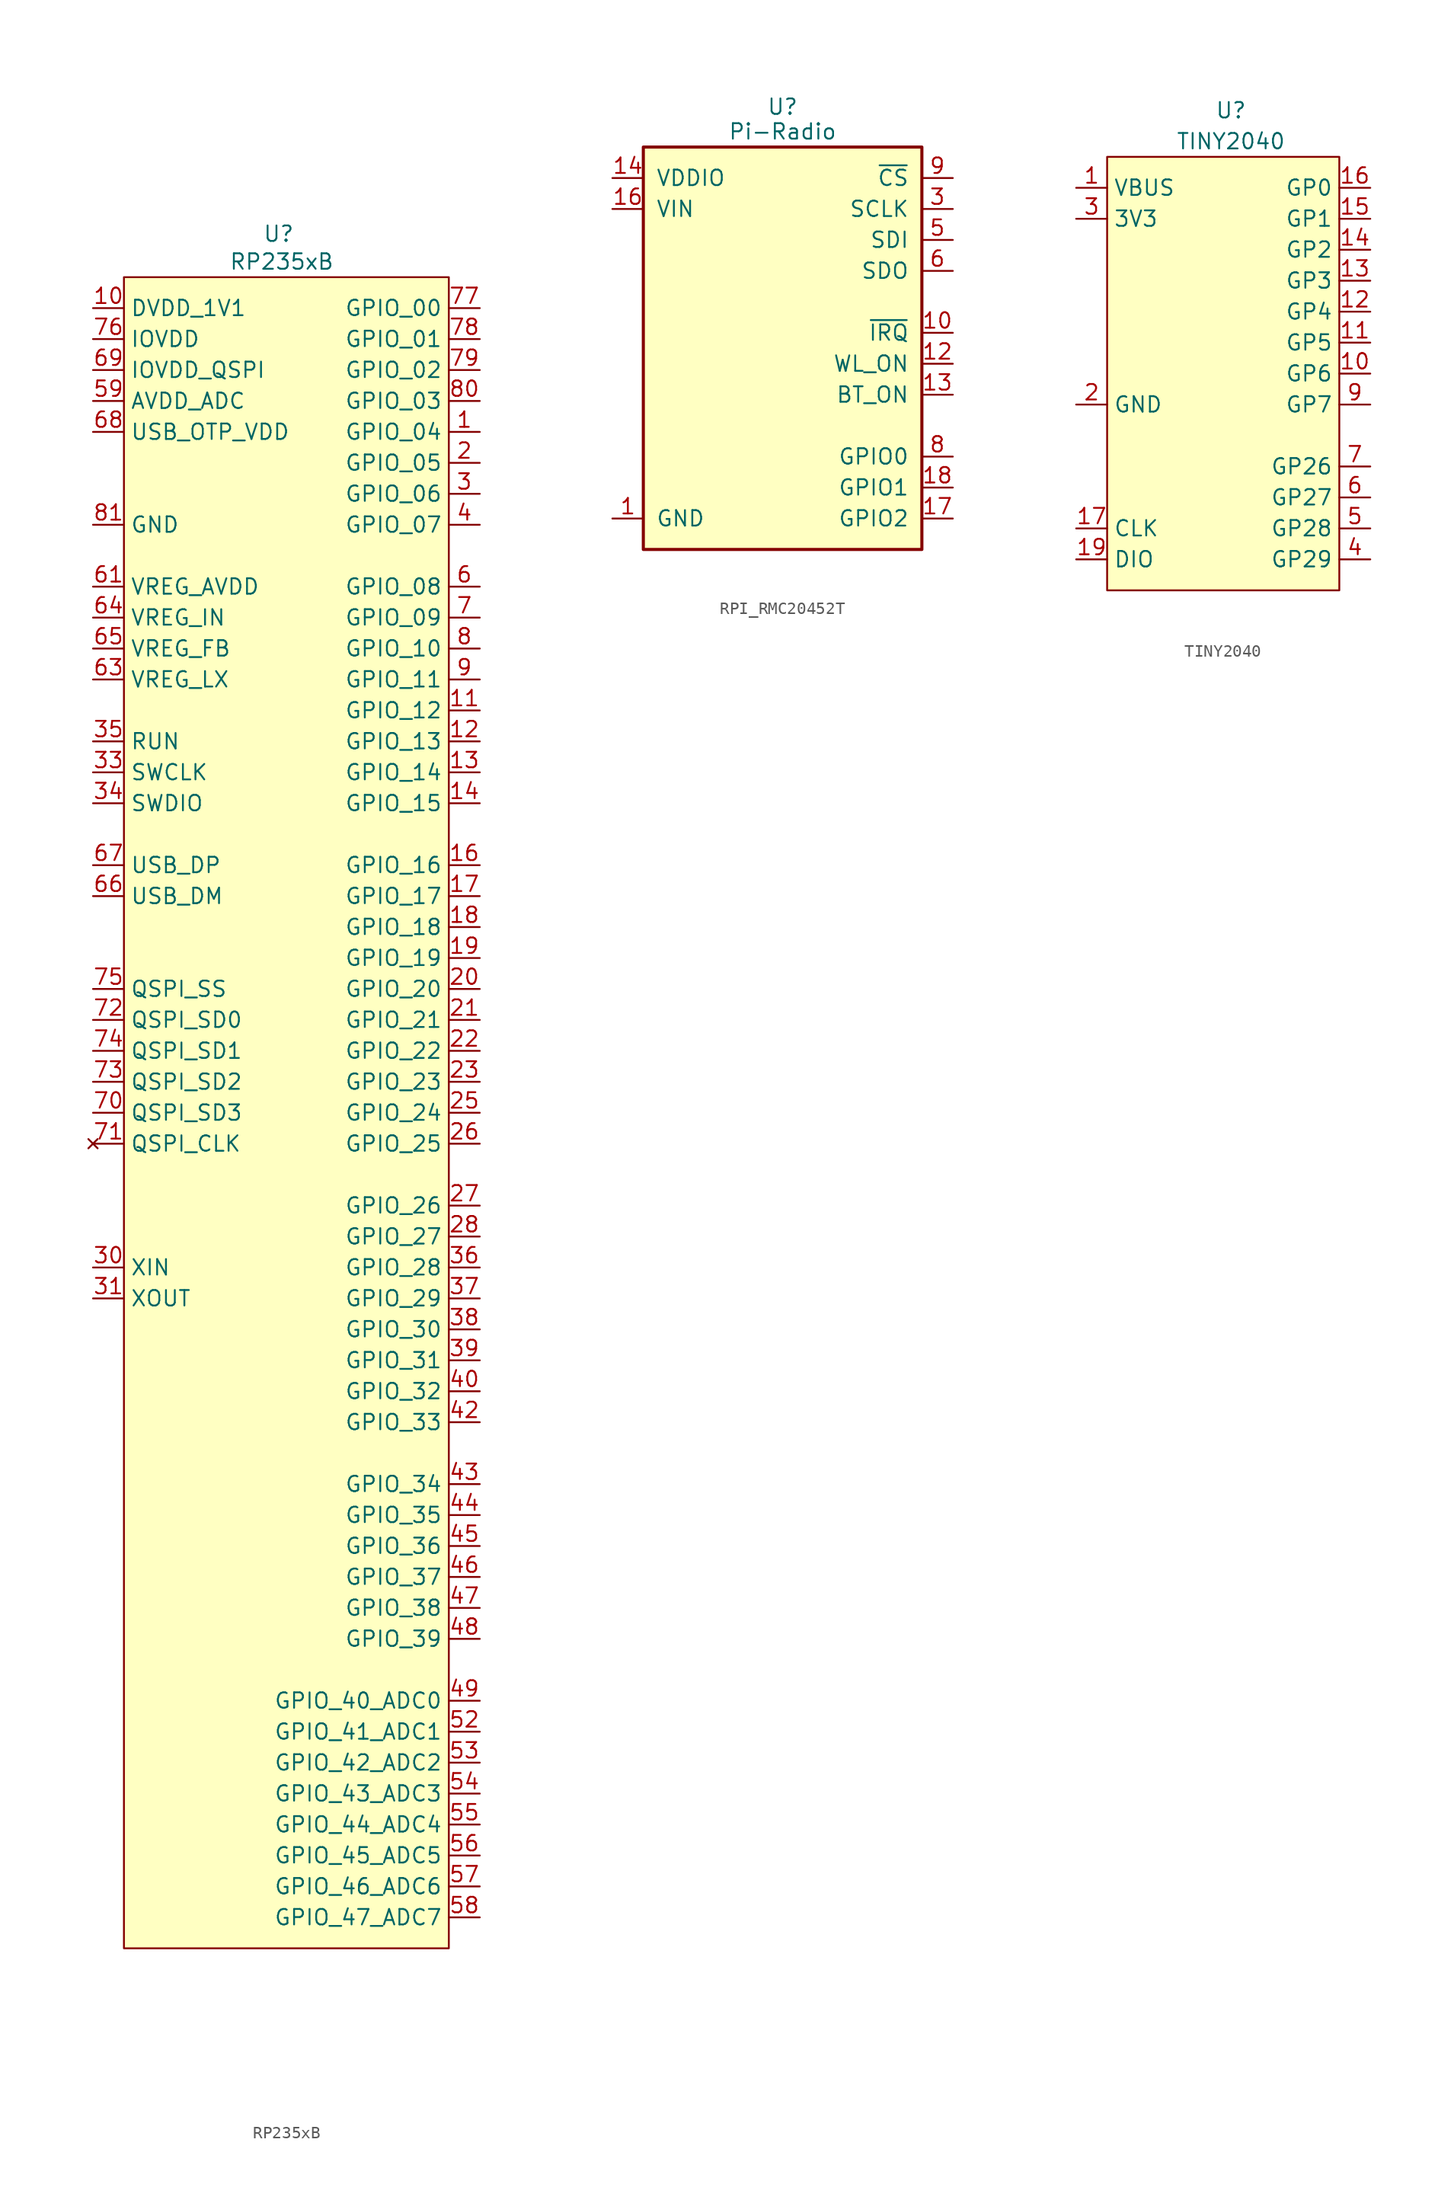
<source format=kicad_sym>
(kicad_symbol_lib
  (version 20241209)
  (generator "kicad_symbol_editor")
  (generator_version "9.0")
  (symbol "RP235xB"
    (property "Reference" "U"
      (at 0 3.556 0)
      (effects (font (size 1.27 1.27))))
    (property "Value" "RP235xB"
      (at 0.254 1.27 0)
      (effects (font (size 1.27 1.27))))
    (symbol "RP235xB_1_1"
      (rectangle (start -12.7 0) (end 13.97 -137.16) (stroke (width 0) (type default)) (fill (type background)))
      (pin input line (at -15.24 -2.54 0) (length 2.54) (name "DVDD_1V1" (effects (font (size 1.27 1.27)))) (number "10" (effects (font (size 1.27 1.27)))))
      (pin input line (at -15.24 -2.54 0) (length 2.54) (hide yes) (name "DVDD_1V1" (effects (font (size 1.27 1.27)))) (number "32" (effects (font (size 1.27 1.27)))))
      (pin input line (at -15.24 -2.54 0) (length 2.54) (hide yes) (name "DVDD_1V1" (effects (font (size 1.27 1.27)))) (number "51" (effects (font (size 1.27 1.27)))))
      (pin passive line (at -15.24 -5.08 0) (length 2.54) (hide yes) (name "IOVDD" (effects (font (size 1.27 1.27)))) (number "15" (effects (font (size 1.27 1.27)))))
      (pin passive line (at -15.24 -5.08 0) (length 2.54) (hide yes) (name "IOVDD" (effects (font (size 1.27 1.27)))) (number "24" (effects (font (size 1.27 1.27)))))
      (pin passive line (at -15.24 -5.08 0) (length 2.54) (hide yes) (name "IOVDD" (effects (font (size 1.27 1.27)))) (number "29" (effects (font (size 1.27 1.27)))))
      (pin passive line (at -15.24 -5.08 0) (length 2.54) (hide yes) (name "IOVDD" (effects (font (size 1.27 1.27)))) (number "41" (effects (font (size 1.27 1.27)))))
      (pin power_in line (at -15.24 -5.08 0) (length 2.54) (hide yes) (name "IOVDD" (effects (font (size 1.27 1.27)))) (number "5" (effects (font (size 1.27 1.27)))))
      (pin passive line (at -15.24 -5.08 0) (length 2.54) (hide yes) (name "IOVDD" (effects (font (size 1.27 1.27)))) (number "50" (effects (font (size 1.27 1.27)))))
      (pin passive line (at -15.24 -5.08 0) (length 2.54) (hide yes) (name "IOVDD" (effects (font (size 1.27 1.27)))) (number "60" (effects (font (size 1.27 1.27)))))
      (pin passive line (at -15.24 -5.08 0) (length 2.54) (name "IOVDD" (effects (font (size 1.27 1.27)))) (number "76" (effects (font (size 1.27 1.27)))))
      (pin power_in line (at -15.24 -7.62 0) (length 2.54) (name "IOVDD_QSPI" (effects (font (size 1.27 1.27)))) (number "69" (effects (font (size 1.27 1.27)))))
      (pin input line (at -15.24 -10.16 0) (length 2.54) (name "AVDD_ADC" (effects (font (size 1.27 1.27)))) (number "59" (effects (font (size 1.27 1.27)))))
      (pin input line (at -15.24 -12.7 0) (length 2.54) (name "USB_OTP_VDD" (effects (font (size 1.27 1.27)))) (number "68" (effects (font (size 1.27 1.27)))))
      (pin passive line (at -15.24 -20.32 0) (length 2.54) (hide yes) (name "GND" (effects (font (size 1.27 1.27)))) (number "62" (effects (font (size 1.27 1.27)))))
      (pin passive line (at -15.24 -20.32 0) (length 2.54) (name "GND" (effects (font (size 1.27 1.27)))) (number "81" (effects (font (size 1.27 1.27)))))
      (pin input line (at -15.24 -25.4 0) (length 2.54) (name "VREG_AVDD" (effects (font (size 1.27 1.27)))) (number "61" (effects (font (size 1.27 1.27)))))
      (pin input line (at -15.24 -27.94 0) (length 2.54) (name "VREG_IN" (effects (font (size 1.27 1.27)))) (number "64" (effects (font (size 1.27 1.27)))))
      (pin input line (at -15.24 -30.48 0) (length 2.54) (name "VREG_FB" (effects (font (size 1.27 1.27)))) (number "65" (effects (font (size 1.27 1.27)))))
      (pin input line (at -15.24 -33.02 0) (length 2.54) (name "VREG_LX" (effects (font (size 1.27 1.27)))) (number "63" (effects (font (size 1.27 1.27)))))
      (pin input line (at -15.24 -38.1 0) (length 2.54) (name "RUN" (effects (font (size 1.27 1.27)))) (number "35" (effects (font (size 1.27 1.27)))))
      (pin input line (at -15.24 -40.64 0) (length 2.54) (name "SWCLK" (effects (font (size 1.27 1.27)))) (number "33" (effects (font (size 1.27 1.27)))))
      (pin bidirectional line (at -15.24 -43.18 0) (length 2.54) (name "SWDIO" (effects (font (size 1.27 1.27)))) (number "34" (effects (font (size 1.27 1.27)))))
      (pin bidirectional line (at -15.24 -48.26 0) (length 2.54) (name "USB_DP" (effects (font (size 1.27 1.27)))) (number "67" (effects (font (size 1.27 1.27)))))
      (pin bidirectional line (at -15.24 -50.8 0) (length 2.54) (name "USB_DM" (effects (font (size 1.27 1.27)))) (number "66" (effects (font (size 1.27 1.27)))))
      (pin output line (at -15.24 -58.42 0) (length 2.54) (name "QSPI_SS" (effects (font (size 1.27 1.27)))) (number "75" (effects (font (size 1.27 1.27)))))
      (pin bidirectional line (at -15.24 -60.96 0) (length 2.54) (name "QSPI_SD0" (effects (font (size 1.27 1.27)))) (number "72" (effects (font (size 1.27 1.27)))))
      (pin bidirectional line (at -15.24 -63.5 0) (length 2.54) (name "QSPI_SD1" (effects (font (size 1.27 1.27)))) (number "74" (effects (font (size 1.27 1.27)))))
      (pin bidirectional line (at -15.24 -66.04 0) (length 2.54) (name "QSPI_SD2" (effects (font (size 1.27 1.27)))) (number "73" (effects (font (size 1.27 1.27)))))
      (pin bidirectional line (at -15.24 -68.58 0) (length 2.54) (name "QSPI_SD3" (effects (font (size 1.27 1.27)))) (number "70" (effects (font (size 1.27 1.27)))))
      (pin no_connect line (at -15.24 -71.12 0) (length 2.54) (name "QSPI_CLK" (effects (font (size 1.27 1.27)))) (number "71" (effects (font (size 1.27 1.27)))))
      (pin input line (at -15.24 -81.28 0) (length 2.54) (name "XIN" (effects (font (size 1.27 1.27)))) (number "30" (effects (font (size 1.27 1.27)))))
      (pin output line (at -15.24 -83.82 0) (length 2.54) (name "XOUT" (effects (font (size 1.27 1.27)))) (number "31" (effects (font (size 1.27 1.27)))))
      (pin bidirectional line (at 16.51 -2.54 180) (length 2.54) (name "GPIO_00" (effects (font (size 1.27 1.27)))) (number "77" (effects (font (size 1.27 1.27)))))
      (pin bidirectional line (at 16.51 -5.08 180) (length 2.54) (name "GPIO_01" (effects (font (size 1.27 1.27)))) (number "78" (effects (font (size 1.27 1.27)))))
      (pin bidirectional line (at 16.51 -7.62 180) (length 2.54) (name "GPIO_02" (effects (font (size 1.27 1.27)))) (number "79" (effects (font (size 1.27 1.27)))))
      (pin bidirectional line (at 16.51 -10.16 180) (length 2.54) (name "GPIO_03" (effects (font (size 1.27 1.27)))) (number "80" (effects (font (size 1.27 1.27)))))
      (pin bidirectional line (at 16.51 -12.7 180) (length 2.54) (name "GPIO_04" (effects (font (size 1.27 1.27)))) (number "1" (effects (font (size 1.27 1.27)))))
      (pin bidirectional line (at 16.51 -15.24 180) (length 2.54) (name "GPIO_05" (effects (font (size 1.27 1.27)))) (number "2" (effects (font (size 1.27 1.27)))))
      (pin bidirectional line (at 16.51 -17.78 180) (length 2.54) (name "GPIO_06" (effects (font (size 1.27 1.27)))) (number "3" (effects (font (size 1.27 1.27)))))
      (pin bidirectional line (at 16.51 -20.32 180) (length 2.54) (name "GPIO_07" (effects (font (size 1.27 1.27)))) (number "4" (effects (font (size 1.27 1.27)))))
      (pin bidirectional line (at 16.51 -25.4 180) (length 2.54) (name "GPIO_08" (effects (font (size 1.27 1.27)))) (number "6" (effects (font (size 1.27 1.27)))))
      (pin bidirectional line (at 16.51 -27.94 180) (length 2.54) (name "GPIO_09" (effects (font (size 1.27 1.27)))) (number "7" (effects (font (size 1.27 1.27)))))
      (pin bidirectional line (at 16.51 -30.48 180) (length 2.54) (name "GPIO_10" (effects (font (size 1.27 1.27)))) (number "8" (effects (font (size 1.27 1.27)))))
      (pin bidirectional line (at 16.51 -33.02 180) (length 2.54) (name "GPIO_11" (effects (font (size 1.27 1.27)))) (number "9" (effects (font (size 1.27 1.27)))))
      (pin bidirectional line (at 16.51 -35.56 180) (length 2.54) (name "GPIO_12" (effects (font (size 1.27 1.27)))) (number "11" (effects (font (size 1.27 1.27)))))
      (pin bidirectional line (at 16.51 -38.1 180) (length 2.54) (name "GPIO_13" (effects (font (size 1.27 1.27)))) (number "12" (effects (font (size 1.27 1.27)))))
      (pin bidirectional line (at 16.51 -40.64 180) (length 2.54) (name "GPIO_14" (effects (font (size 1.27 1.27)))) (number "13" (effects (font (size 1.27 1.27)))))
      (pin bidirectional line (at 16.51 -43.18 180) (length 2.54) (name "GPIO_15" (effects (font (size 1.27 1.27)))) (number "14" (effects (font (size 1.27 1.27)))))
      (pin bidirectional line (at 16.51 -48.26 180) (length 2.54) (name "GPIO_16" (effects (font (size 1.27 1.27)))) (number "16" (effects (font (size 1.27 1.27)))))
      (pin bidirectional line (at 16.51 -50.8 180) (length 2.54) (name "GPIO_17" (effects (font (size 1.27 1.27)))) (number "17" (effects (font (size 1.27 1.27)))))
      (pin bidirectional line (at 16.51 -53.34 180) (length 2.54) (name "GPIO_18" (effects (font (size 1.27 1.27)))) (number "18" (effects (font (size 1.27 1.27)))))
      (pin bidirectional line (at 16.51 -55.88 180) (length 2.54) (name "GPIO_19" (effects (font (size 1.27 1.27)))) (number "19" (effects (font (size 1.27 1.27)))))
      (pin bidirectional line (at 16.51 -58.42 180) (length 2.54) (name "GPIO_20" (effects (font (size 1.27 1.27)))) (number "20" (effects (font (size 1.27 1.27)))))
      (pin bidirectional line (at 16.51 -60.96 180) (length 2.54) (name "GPIO_21" (effects (font (size 1.27 1.27)))) (number "21" (effects (font (size 1.27 1.27)))))
      (pin bidirectional line (at 16.51 -63.5 180) (length 2.54) (name "GPIO_22" (effects (font (size 1.27 1.27)))) (number "22" (effects (font (size 1.27 1.27)))))
      (pin bidirectional line (at 16.51 -66.04 180) (length 2.54) (name "GPIO_23" (effects (font (size 1.27 1.27)))) (number "23" (effects (font (size 1.27 1.27)))))
      (pin bidirectional line (at 16.51 -68.58 180) (length 2.54) (name "GPIO_24" (effects (font (size 1.27 1.27)))) (number "25" (effects (font (size 1.27 1.27)))))
      (pin bidirectional line (at 16.51 -71.12 180) (length 2.54) (name "GPIO_25" (effects (font (size 1.27 1.27)))) (number "26" (effects (font (size 1.27 1.27)))))
      (pin bidirectional line (at 16.51 -76.2 180) (length 2.54) (name "GPIO_26" (effects (font (size 1.27 1.27)))) (number "27" (effects (font (size 1.27 1.27)))))
      (pin bidirectional line (at 16.51 -78.74 180) (length 2.54) (name "GPIO_27" (effects (font (size 1.27 1.27)))) (number "28" (effects (font (size 1.27 1.27)))))
      (pin bidirectional line (at 16.51 -81.28 180) (length 2.54) (name "GPIO_28" (effects (font (size 1.27 1.27)))) (number "36" (effects (font (size 1.27 1.27)))))
      (pin bidirectional line (at 16.51 -83.82 180) (length 2.54) (name "GPIO_29" (effects (font (size 1.27 1.27)))) (number "37" (effects (font (size 1.27 1.27)))))
      (pin bidirectional line (at 16.51 -86.36 180) (length 2.54) (name "GPIO_30" (effects (font (size 1.27 1.27)))) (number "38" (effects (font (size 1.27 1.27)))))
      (pin bidirectional line (at 16.51 -88.9 180) (length 2.54) (name "GPIO_31" (effects (font (size 1.27 1.27)))) (number "39" (effects (font (size 1.27 1.27)))))
      (pin bidirectional line (at 16.51 -91.44 180) (length 2.54) (name "GPIO_32" (effects (font (size 1.27 1.27)))) (number "40" (effects (font (size 1.27 1.27)))))
      (pin bidirectional line (at 16.51 -93.98 180) (length 2.54) (name "GPIO_33" (effects (font (size 1.27 1.27)))) (number "42" (effects (font (size 1.27 1.27)))))
      (pin bidirectional line (at 16.51 -99.06 180) (length 2.54) (name "GPIO_34" (effects (font (size 1.27 1.27)))) (number "43" (effects (font (size 1.27 1.27)))))
      (pin bidirectional line (at 16.51 -101.6 180) (length 2.54) (name "GPIO_35" (effects (font (size 1.27 1.27)))) (number "44" (effects (font (size 1.27 1.27)))))
      (pin bidirectional line (at 16.51 -104.14 180) (length 2.54) (name "GPIO_36" (effects (font (size 1.27 1.27)))) (number "45" (effects (font (size 1.27 1.27)))))
      (pin bidirectional line (at 16.51 -106.68 180) (length 2.54) (name "GPIO_37" (effects (font (size 1.27 1.27)))) (number "46" (effects (font (size 1.27 1.27)))))
      (pin bidirectional line (at 16.51 -109.22 180) (length 2.54) (name "GPIO_38" (effects (font (size 1.27 1.27)))) (number "47" (effects (font (size 1.27 1.27)))))
      (pin bidirectional line (at 16.51 -111.76 180) (length 2.54) (name "GPIO_39" (effects (font (size 1.27 1.27)))) (number "48" (effects (font (size 1.27 1.27)))))
      (pin bidirectional line (at 16.51 -116.84 180) (length 2.54) (name "GPIO_40_ADC0" (effects (font (size 1.27 1.27)))) (number "49" (effects (font (size 1.27 1.27)))))
      (pin bidirectional line (at 16.51 -119.38 180) (length 2.54) (name "GPIO_41_ADC1" (effects (font (size 1.27 1.27)))) (number "52" (effects (font (size 1.27 1.27)))))
      (pin bidirectional line (at 16.51 -121.92 180) (length 2.54) (name "GPIO_42_ADC2" (effects (font (size 1.27 1.27)))) (number "53" (effects (font (size 1.27 1.27)))))
      (pin bidirectional line (at 16.51 -124.46 180) (length 2.54) (name "GPIO_43_ADC3" (effects (font (size 1.27 1.27)))) (number "54" (effects (font (size 1.27 1.27)))))
      (pin bidirectional line (at 16.51 -127 180) (length 2.54) (name "GPIO_44_ADC4" (effects (font (size 1.27 1.27)))) (number "55" (effects (font (size 1.27 1.27)))))
      (pin bidirectional line (at 16.51 -129.54 180) (length 2.54) (name "GPIO_45_ADC5" (effects (font (size 1.27 1.27)))) (number "56" (effects (font (size 1.27 1.27)))))
      (pin bidirectional line (at 16.51 -132.08 180) (length 2.54) (name "GPIO_46_ADC6" (effects (font (size 1.27 1.27)))) (number "57" (effects (font (size 1.27 1.27)))))
      (pin bidirectional line (at 16.51 -134.62 180) (length 2.54) (name "GPIO_47_ADC7" (effects (font (size 1.27 1.27)))) (number "58" (effects (font (size 1.27 1.27)))))))
  (symbol "RPI_RMC20452T"
    (pin_names
      (offset 1.016))
    (property "Reference" "U"
      (at 0 3.302 0)
      (effects (font (size 1.27 1.27))))
    (property "Value" "Pi-Radio"
      (at 0 1.27 0)
      (effects (font (size 1.27 1.27))))
    (symbol "RPI_RMC20452T_1_0"
      (pin power_in line (at -13.97 -2.54 0) (length 2.54) (name "VDDIO" (effects (font (size 1.27 1.27)))) (number "14" (effects (font (size 1.27 1.27)))))
      (pin power_in line (at -13.97 -5.08 0) (length 2.54) (name "VIN" (effects (font (size 1.27 1.27)))) (number "16" (effects (font (size 1.27 1.27)))))
      (pin passive line (at -13.97 -30.48 0) (length 2.54) (hide yes) (name "GND" (effects (font (size 1.27 1.27)))) (number "11" (effects (font (size 1.27 1.27)))))
      (pin passive line (at -13.97 -30.48 0) (length 2.54) (hide yes) (name "GND" (effects (font (size 1.27 1.27)))) (number "15" (effects (font (size 1.27 1.27)))))
      (pin passive line (at -13.97 -30.48 0) (length 2.54) (hide yes) (name "GND" (effects (font (size 1.27 1.27)))) (number "21" (effects (font (size 1.27 1.27)))))
      (pin passive line (at -13.97 -30.48 0) (length 2.54) (hide yes) (name "GND" (effects (font (size 1.27 1.27)))) (number "7" (effects (font (size 1.27 1.27)))))
      (pin input line (at 13.97 -2.54 180) (length 2.54) (name "~{CS}" (effects (font (size 1.27 1.27)))) (number "9" (effects (font (size 1.27 1.27)))))
      (pin output line (at 13.97 -10.16 180) (length 2.54) (name "SDO" (effects (font (size 1.27 1.27)))) (number "6" (effects (font (size 1.27 1.27)))))
      (pin output line (at 13.97 -15.24 180) (length 2.54) (name "~{IRQ}" (effects (font (size 1.27 1.27)))) (number "10" (effects (font (size 1.27 1.27)))))
      (pin input line (at 13.97 -17.78 180) (length 2.54) (name "WL_ON" (effects (font (size 1.27 1.27)))) (number "12" (effects (font (size 1.27 1.27)))))
      (pin input line (at 13.97 -20.32 180) (length 2.54) (name "BT_ON" (effects (font (size 1.27 1.27)))) (number "13" (effects (font (size 1.27 1.27)))))
      (pin bidirectional line (at 13.97 -25.4 180) (length 2.54) (name "GPIO0" (effects (font (size 1.27 1.27)))) (number "8" (effects (font (size 1.27 1.27)))))
      (pin bidirectional line (at 13.97 -27.94 180) (length 2.54) (name "GPIO1" (effects (font (size 1.27 1.27)))) (number "18" (effects (font (size 1.27 1.27)))))
      (pin bidirectional line (at 13.97 -30.48 180) (length 2.54) (name "GPIO2" (effects (font (size 1.27 1.27)))) (number "17" (effects (font (size 1.27 1.27))))))
    (symbol "RPI_RMC20452T_1_1"
      (rectangle (start -11.43 0) (end 11.43 -33.02) (stroke (width 0.254) (type default)) (fill (type background)))
      (pin no_connect line (at -13.97 -27.94 0) (length 2.54) (hide yes) (name "NC" (effects (font (size 1.27 1.27)))) (number "19" (effects (font (size 1.27 1.27)))))
      (pin no_connect line (at -13.97 -27.94 0) (length 2.54) (hide yes) (name "NC" (effects (font (size 1.27 1.27)))) (number "2" (effects (font (size 1.27 1.27)))))
      (pin no_connect line (at -13.97 -27.94 0) (length 2.54) (hide yes) (name "NC" (effects (font (size 1.27 1.27)))) (number "20" (effects (font (size 1.27 1.27)))))
      (pin power_in line (at -13.97 -30.48 0) (length 2.54) (name "GND" (effects (font (size 1.27 1.27)))) (number "1" (effects (font (size 1.27 1.27)))))
      (pin passive line (at -13.97 -30.48 0) (length 2.54) (hide yes) (name "GND" (effects (font (size 1.27 1.27)))) (number "4" (effects (font (size 1.27 1.27)))))
      (pin input line (at 13.97 -5.08 180) (length 2.54) (name "SCLK" (effects (font (size 1.27 1.27)))) (number "3" (effects (font (size 1.27 1.27)))))
      (pin input line (at 13.97 -7.62 180) (length 2.54) (name "SDI" (effects (font (size 1.27 1.27)))) (number "5" (effects (font (size 1.27 1.27)))))))
  (symbol "TINY2040"
    (property "Reference" "U"
      (at 0 15.24 0)
      (effects (font (size 1.27 1.27))))
    (property "Value" "TINY2040"
      (at 0 12.7 0)
      (effects (font (size 1.27 1.27))))
    (symbol "TINY2040_1_1"
      (rectangle (start -10.16 11.43) (end 8.89 -24.13) (stroke (width 0) (type default)) (fill (type background)))
      (pin power_out line (at -12.7 8.89 0) (length 2.54) (name "VBUS" (effects (font (size 1.27 1.27)))) (number "1" (effects (font (size 1.27 1.27)))))
      (pin power_out line (at -12.7 6.35 0) (length 2.54) (name "3V3" (effects (font (size 1.27 1.27)))) (number "3" (effects (font (size 1.27 1.27)))))
      (pin passive line (at -12.7 -8.89 0) (length 2.54) (hide yes) (name "GND" (effects (font (size 1.27 1.27)))) (number "18" (effects (font (size 1.27 1.27)))))
      (pin input line (at -12.7 -8.89 0) (length 2.54) (name "GND" (effects (font (size 1.27 1.27)))) (number "2" (effects (font (size 1.27 1.27)))))
      (pin passive line (at -12.7 -8.89 0) (length 2.54) (hide yes) (name "GND" (effects (font (size 1.27 1.27)))) (number "8" (effects (font (size 1.27 1.27)))))
      (pin bidirectional line (at -12.7 -19.05 0) (length 2.54) (name "CLK" (effects (font (size 1.27 1.27)))) (number "17" (effects (font (size 1.27 1.27)))))
      (pin bidirectional line (at -12.7 -21.59 0) (length 2.54) (name "DIO" (effects (font (size 1.27 1.27)))) (number "19" (effects (font (size 1.27 1.27)))))
      (pin bidirectional line (at 11.43 8.89 180) (length 2.54) (name "GP0" (effects (font (size 1.27 1.27)))) (number "16" (effects (font (size 1.27 1.27)))))
      (pin bidirectional line (at 11.43 6.35 180) (length 2.54) (name "GP1" (effects (font (size 1.27 1.27)))) (number "15" (effects (font (size 1.27 1.27)))))
      (pin bidirectional line (at 11.43 3.81 180) (length 2.54) (name "GP2" (effects (font (size 1.27 1.27)))) (number "14" (effects (font (size 1.27 1.27)))))
      (pin bidirectional line (at 11.43 1.27 180) (length 2.54) (name "GP3" (effects (font (size 1.27 1.27)))) (number "13" (effects (font (size 1.27 1.27)))))
      (pin bidirectional line (at 11.43 -1.27 180) (length 2.54) (name "GP4" (effects (font (size 1.27 1.27)))) (number "12" (effects (font (size 1.27 1.27)))))
      (pin bidirectional line (at 11.43 -3.81 180) (length 2.54) (name "GP5" (effects (font (size 1.27 1.27)))) (number "11" (effects (font (size 1.27 1.27)))))
      (pin bidirectional line (at 11.43 -6.35 180) (length 2.54) (name "GP6" (effects (font (size 1.27 1.27)))) (number "10" (effects (font (size 1.27 1.27)))))
      (pin bidirectional line (at 11.43 -8.89 180) (length 2.54) (name "GP7" (effects (font (size 1.27 1.27)))) (number "9" (effects (font (size 1.27 1.27)))))
      (pin bidirectional line (at 11.43 -13.97 180) (length 2.54) (name "GP26" (effects (font (size 1.27 1.27)))) (number "7" (effects (font (size 1.27 1.27)))))
      (pin bidirectional line (at 11.43 -16.51 180) (length 2.54) (name "GP27" (effects (font (size 1.27 1.27)))) (number "6" (effects (font (size 1.27 1.27)))))
      (pin bidirectional line (at 11.43 -19.05 180) (length 2.54) (name "GP28" (effects (font (size 1.27 1.27)))) (number "5" (effects (font (size 1.27 1.27)))))
      (pin bidirectional line (at 11.43 -21.59 180) (length 2.54) (name "GP29" (effects (font (size 1.27 1.27)))) (number "4" (effects (font (size 1.27 1.27))))))))
</source>
